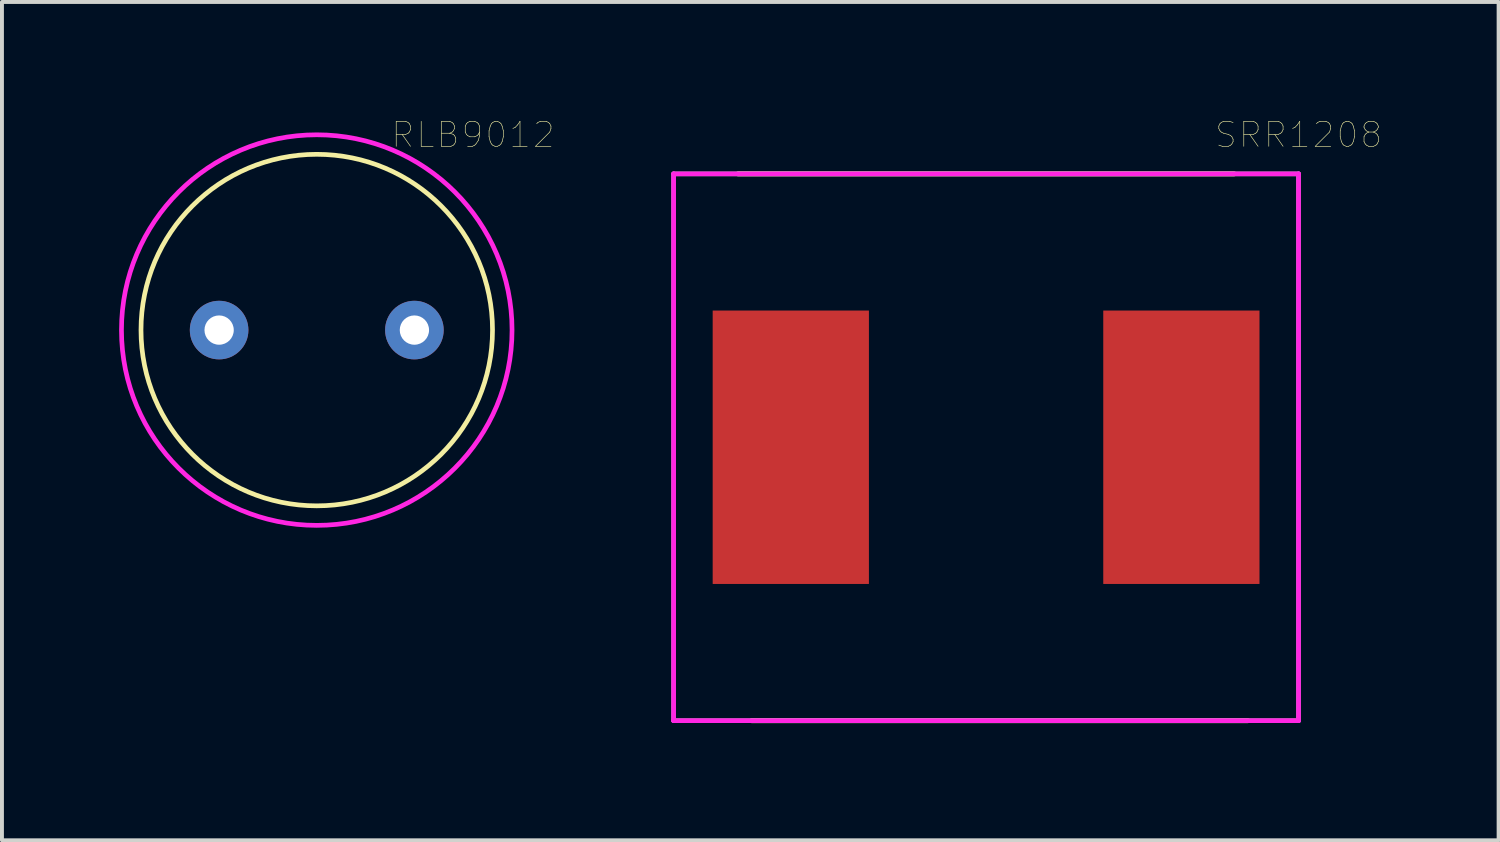
<source format=kicad_pcb>
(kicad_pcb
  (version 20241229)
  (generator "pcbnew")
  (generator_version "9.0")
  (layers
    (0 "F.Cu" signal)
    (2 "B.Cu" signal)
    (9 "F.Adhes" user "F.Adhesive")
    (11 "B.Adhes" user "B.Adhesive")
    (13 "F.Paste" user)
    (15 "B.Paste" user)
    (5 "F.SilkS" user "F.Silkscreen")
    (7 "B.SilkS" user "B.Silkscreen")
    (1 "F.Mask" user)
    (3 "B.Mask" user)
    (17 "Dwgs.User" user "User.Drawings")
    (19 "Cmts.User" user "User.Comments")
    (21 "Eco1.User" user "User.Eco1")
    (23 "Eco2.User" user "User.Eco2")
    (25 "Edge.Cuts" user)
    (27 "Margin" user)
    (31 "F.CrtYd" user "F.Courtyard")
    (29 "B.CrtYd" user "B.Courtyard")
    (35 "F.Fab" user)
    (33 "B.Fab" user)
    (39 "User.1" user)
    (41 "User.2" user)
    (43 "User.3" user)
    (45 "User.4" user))
  (footprint "RLB9012"
    (layer "F.Cu")
    (at 5.06 5.401)
    (property "Reference" "RLB9012" (at 4 -5 0) (layer "F.SilkS") (effects (font (size 0.64 0.64) (thickness 0.015))))
    (attr through_hole)
    (fp_circle (center 0 0) (end 4.5 0) (stroke (width 0.12) (type solid)) (fill no) (layer "F.SilkS"))
    (fp_circle (center 0 0) (end 5 0) (stroke (width 0.12) (type solid)) (fill no) (layer "F.CrtYd"))
    (pad "1" thru_hole circle (at -2.5 0) (size 1.5 1.5) (drill 0.75) (layers "*.Cu" "*.Mask"))
    (pad "2" thru_hole circle (at 2.5 0) (size 1.5 1.5) (drill 0.75) (layers "*.Cu" "*.Mask")))
  (footprint "SRR1208"
    (layer "F.Cu")
    (at 22.197 8.401)
    (property "Reference" "SRR1208" (at 8 -8 0) (layer "F.SilkS") (effects (font (size 0.64 0.64) (thickness 0.015))))
    (attr through_hole)
    (fp_line (start -6.35 -7) (end 6.35 -7) (stroke (width 0.127) (type solid)) (layer "F.SilkS"))
    (fp_line (start -6 7) (end 6.7 7) (stroke (width 0.127) (type solid)) (layer "F.SilkS"))
    (fp_line (start -8 -7) (end 8 -7) (stroke (width 0.12) (type solid)) (layer "F.CrtYd"))
    (fp_line (start -8 7) (end -8 -7) (stroke (width 0.12) (type solid)) (layer "F.CrtYd"))
    (fp_line (start 8 -7) (end 8 7) (stroke (width 0.12) (type solid)) (layer "F.CrtYd"))
    (fp_line (start 8 7) (end -8 7) (stroke (width 0.12) (type solid)) (layer "F.CrtYd"))
    (fp_line (start -8 -7) (end -8 7) (stroke (width 0.12) (type solid)) (layer "F.Fab"))
    (fp_line (start -8 7) (end 8 7) (stroke (width 0.12) (type solid)) (layer "F.Fab"))
    (fp_line (start 8 -7) (end -8 -7) (stroke (width 0.12) (type solid)) (layer "F.Fab"))
    (fp_line (start 8 7) (end 8 -7) (stroke (width 0.12) (type solid)) (layer "F.Fab"))
    (pad "1" smd rect (at -5 0) (size 4 7) (layers "F.Cu" "F.Mask" "F.Paste"))
    (pad "2" smd rect (at 5 0) (size 4 7) (layers "F.Cu" "F.Mask" "F.Paste")))
  (gr_rect
    (start -3 -3)
    (end 35.319 18.464)
    (stroke (width 0.1) (type default))
    (fill no)
    (layer "Edge.Cuts")))
</source>
